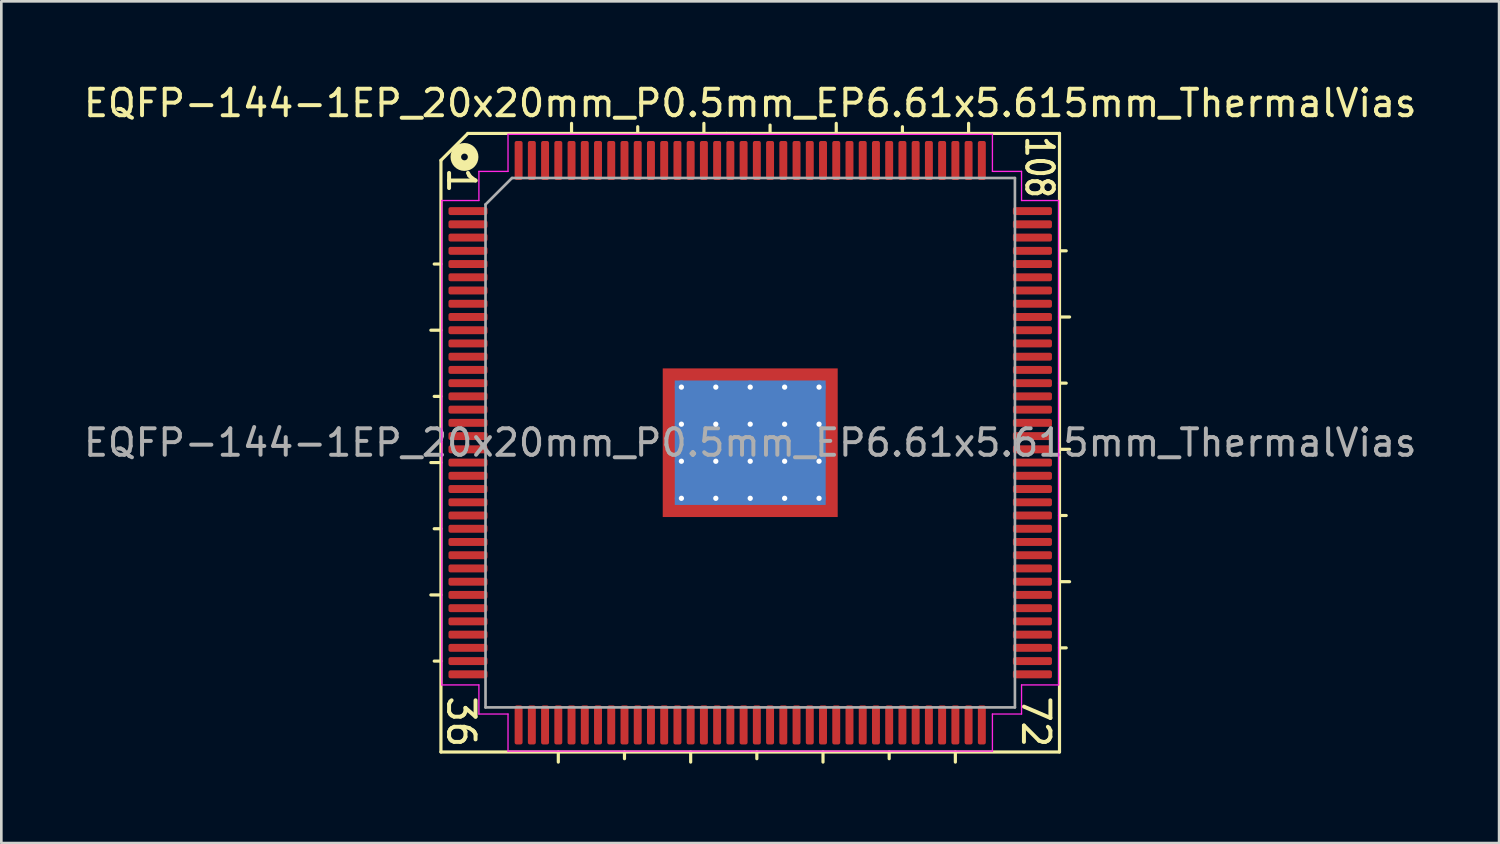
<source format=kicad_pcb>
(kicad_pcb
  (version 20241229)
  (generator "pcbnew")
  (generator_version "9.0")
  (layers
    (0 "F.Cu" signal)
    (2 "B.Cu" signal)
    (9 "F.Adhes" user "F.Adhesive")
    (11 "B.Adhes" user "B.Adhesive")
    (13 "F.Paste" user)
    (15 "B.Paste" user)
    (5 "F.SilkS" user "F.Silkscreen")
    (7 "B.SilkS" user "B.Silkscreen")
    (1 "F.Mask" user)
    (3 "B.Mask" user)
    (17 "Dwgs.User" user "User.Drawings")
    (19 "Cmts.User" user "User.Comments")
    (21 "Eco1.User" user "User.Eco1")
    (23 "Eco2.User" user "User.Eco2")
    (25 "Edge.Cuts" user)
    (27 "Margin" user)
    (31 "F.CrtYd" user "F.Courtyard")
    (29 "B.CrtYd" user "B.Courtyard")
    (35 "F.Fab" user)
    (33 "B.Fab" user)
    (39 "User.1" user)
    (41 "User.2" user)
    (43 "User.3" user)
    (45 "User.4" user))
  (footprint "EQFP-144-1EP_20x20mm_P0.5mm_EP6.61x5.615mm_ThermalVias"
    (layer "F.Cu")
    (at 25.292 13.675)
    (property "Reference" "EQFP-144-1EP_20x20mm_P0.5mm_EP6.61x5.615mm_ThermalVias" (at 0 -12.827 0) (layer "F.SilkS") (effects (font (size 1 1) (thickness 0.15))))
    (attr smd)
    (fp_line (start -11.684 -10.668) (end -11.684 11.684) (stroke (width 0.12) (type solid)) (layer "F.SilkS"))
    (fp_line (start -11.684 -6.75) (end -11.938 -6.75) (stroke (width 0.12) (type solid)) (layer "F.SilkS"))
    (fp_line (start -11.684 -4.25) (end -12.065 -4.25) (stroke (width 0.12) (type solid)) (layer "F.SilkS"))
    (fp_line (start -11.684 -1.75) (end -11.938 -1.75) (stroke (width 0.12) (type solid)) (layer "F.SilkS"))
    (fp_line (start -11.684 0.75) (end -12.065 0.75) (stroke (width 0.12) (type solid)) (layer "F.SilkS"))
    (fp_line (start -11.684 3.25) (end -11.938 3.25) (stroke (width 0.12) (type solid)) (layer "F.SilkS"))
    (fp_line (start -11.684 5.75) (end -12.065 5.75) (stroke (width 0.12) (type solid)) (layer "F.SilkS"))
    (fp_line (start -11.684 8.25) (end -11.938 8.25) (stroke (width 0.12) (type solid)) (layer "F.SilkS"))
    (fp_line (start -11.684 11.684) (end 11.684 11.684) (stroke (width 0.12) (type solid)) (layer "F.SilkS"))
    (fp_line (start -10.668 -11.684) (end -11.684 -10.668) (stroke (width 0.12) (type solid)) (layer "F.SilkS"))
    (fp_line (start -7.25 11.684) (end -7.25 12.065) (stroke (width 0.12) (type solid)) (layer "F.SilkS"))
    (fp_line (start -6.75 -11.684) (end -6.75 -12.065) (stroke (width 0.12) (type solid)) (layer "F.SilkS"))
    (fp_line (start -4.75 11.684) (end -4.75 11.938) (stroke (width 0.12) (type solid)) (layer "F.SilkS"))
    (fp_line (start -4.25 -11.684) (end -4.25 -11.938) (stroke (width 0.12) (type solid)) (layer "F.SilkS"))
    (fp_line (start -2.25 11.684) (end -2.25 12.065) (stroke (width 0.12) (type solid)) (layer "F.SilkS"))
    (fp_line (start -1.75 -11.684) (end -1.75 -12.065) (stroke (width 0.12) (type solid)) (layer "F.SilkS"))
    (fp_line (start -0.889 -11.684) (end -10.668 -11.684) (stroke (width 0.12) (type solid)) (layer "F.SilkS"))
    (fp_line (start 0.25 11.684) (end 0.25 11.938) (stroke (width 0.12) (type solid)) (layer "F.SilkS"))
    (fp_line (start 0.75 -11.75) (end 0.75 -12) (stroke (width 0.12) (type solid)) (layer "F.SilkS"))
    (fp_line (start 2.75 11.684) (end 2.75 12.065) (stroke (width 0.12) (type solid)) (layer "F.SilkS"))
    (fp_line (start 3.25 -11.684) (end 3.25 -12.065) (stroke (width 0.12) (type solid)) (layer "F.SilkS"))
    (fp_line (start 5.25 11.684) (end 5.25 11.938) (stroke (width 0.12) (type solid)) (layer "F.SilkS"))
    (fp_line (start 5.75 -11.684) (end 5.75 -11.938) (stroke (width 0.12) (type solid)) (layer "F.SilkS"))
    (fp_line (start 7.75 11.684) (end 7.75 12.065) (stroke (width 0.12) (type solid)) (layer "F.SilkS"))
    (fp_line (start 8.25 -11.684) (end 8.25 -12.065) (stroke (width 0.12) (type solid)) (layer "F.SilkS"))
    (fp_line (start 11.684 -11.684) (end -0.889 -11.684) (stroke (width 0.12) (type solid)) (layer "F.SilkS"))
    (fp_line (start 11.684 -7.25) (end 11.938 -7.25) (stroke (width 0.12) (type solid)) (layer "F.SilkS"))
    (fp_line (start 11.684 -4.75) (end 12.065 -4.75) (stroke (width 0.12) (type solid)) (layer "F.SilkS"))
    (fp_line (start 11.684 -2.25) (end 11.938 -2.25) (stroke (width 0.12) (type solid)) (layer "F.SilkS"))
    (fp_line (start 11.684 0.25) (end 12.065 0.25) (stroke (width 0.12) (type solid)) (layer "F.SilkS"))
    (fp_line (start 11.684 2.75) (end 11.938 2.75) (stroke (width 0.12) (type solid)) (layer "F.SilkS"))
    (fp_line (start 11.684 5.25) (end 12.065 5.25) (stroke (width 0.12) (type solid)) (layer "F.SilkS"))
    (fp_line (start 11.684 7.75) (end 11.938 7.75) (stroke (width 0.12) (type solid)) (layer "F.SilkS"))
    (fp_line (start 11.684 11.684) (end 11.684 -11.684) (stroke (width 0.12) (type solid)) (layer "F.SilkS"))
    (fp_circle (center -10.795 -10.795) (end -10.668 -10.795) (stroke (width 0.4) (type solid)) (fill no) (layer "F.SilkS"))
    (fp_line (start -11.65 -9.15) (end -11.65 0) (stroke (width 0.05) (type solid)) (layer "F.CrtYd"))
    (fp_line (start -11.65 9.15) (end -11.65 0) (stroke (width 0.05) (type solid)) (layer "F.CrtYd"))
    (fp_line (start -10.25 -10.25) (end -10.25 -9.15) (stroke (width 0.05) (type solid)) (layer "F.CrtYd"))
    (fp_line (start -10.25 -9.15) (end -11.65 -9.15) (stroke (width 0.05) (type solid)) (layer "F.CrtYd"))
    (fp_line (start -10.25 9.15) (end -11.65 9.15) (stroke (width 0.05) (type solid)) (layer "F.CrtYd"))
    (fp_line (start -10.25 10.25) (end -10.25 9.15) (stroke (width 0.05) (type solid)) (layer "F.CrtYd"))
    (fp_line (start -9.15 -11.65) (end -9.15 -10.25) (stroke (width 0.05) (type solid)) (layer "F.CrtYd"))
    (fp_line (start -9.15 -10.25) (end -10.25 -10.25) (stroke (width 0.05) (type solid)) (layer "F.CrtYd"))
    (fp_line (start -9.15 10.25) (end -10.25 10.25) (stroke (width 0.05) (type solid)) (layer "F.CrtYd"))
    (fp_line (start -9.15 11.65) (end -9.15 10.25) (stroke (width 0.05) (type solid)) (layer "F.CrtYd"))
    (fp_line (start 0 -11.65) (end -9.15 -11.65) (stroke (width 0.05) (type solid)) (layer "F.CrtYd"))
    (fp_line (start 0 -11.65) (end 9.15 -11.65) (stroke (width 0.05) (type solid)) (layer "F.CrtYd"))
    (fp_line (start 0 11.65) (end -9.15 11.65) (stroke (width 0.05) (type solid)) (layer "F.CrtYd"))
    (fp_line (start 0 11.65) (end 9.15 11.65) (stroke (width 0.05) (type solid)) (layer "F.CrtYd"))
    (fp_line (start 9.15 -11.65) (end 9.15 -10.25) (stroke (width 0.05) (type solid)) (layer "F.CrtYd"))
    (fp_line (start 9.15 -10.25) (end 10.25 -10.25) (stroke (width 0.05) (type solid)) (layer "F.CrtYd"))
    (fp_line (start 9.15 10.25) (end 10.25 10.25) (stroke (width 0.05) (type solid)) (layer "F.CrtYd"))
    (fp_line (start 9.15 11.65) (end 9.15 10.25) (stroke (width 0.05) (type solid)) (layer "F.CrtYd"))
    (fp_line (start 10.25 -10.25) (end 10.25 -9.15) (stroke (width 0.05) (type solid)) (layer "F.CrtYd"))
    (fp_line (start 10.25 -9.15) (end 11.65 -9.15) (stroke (width 0.05) (type solid)) (layer "F.CrtYd"))
    (fp_line (start 10.25 9.15) (end 11.65 9.15) (stroke (width 0.05) (type solid)) (layer "F.CrtYd"))
    (fp_line (start 10.25 10.25) (end 10.25 9.15) (stroke (width 0.05) (type solid)) (layer "F.CrtYd"))
    (fp_line (start 11.65 -9.15) (end 11.65 0) (stroke (width 0.05) (type solid)) (layer "F.CrtYd"))
    (fp_line (start 11.65 9.15) (end 11.65 0) (stroke (width 0.05) (type solid)) (layer "F.CrtYd"))
    (fp_line (start -10 -9) (end -9 -10) (stroke (width 0.1) (type solid)) (layer "F.Fab"))
    (fp_line (start -10 10) (end -10 -9) (stroke (width 0.1) (type solid)) (layer "F.Fab"))
    (fp_line (start -9 -10) (end 10 -10) (stroke (width 0.1) (type solid)) (layer "F.Fab"))
    (fp_line (start 10 -10) (end 10 10) (stroke (width 0.1) (type solid)) (layer "F.Fab"))
    (fp_line (start 10 10) (end -10 10) (stroke (width 0.1) (type solid)) (layer "F.Fab"))
    (fp_text user "72" (at 10.795 10.541 270) (unlocked yes) (layer "F.SilkS") (effects (font (size 1 1) (thickness 0.15))))
    (fp_text user "1" (at -10.922 -9.906 270) (unlocked yes) (layer "F.SilkS") (effects (font (size 1 1) (thickness 0.15))))
    (fp_text user "36" (at -10.922 10.541 270) (unlocked yes) (layer "F.SilkS") (effects (font (size 1 1) (thickness 0.15))))
    (fp_text user "108" (at 10.922 -10.414 270) (unlocked yes) (layer "F.SilkS") (effects (font (size 1 0.8) (thickness 0.15))))
    (fp_text user "${REFERENCE}" (at 0 0 0) (layer "F.Fab") (effects (font (size 1 1) (thickness 0.15))))
    (pad "" smd custom (at -2.953 -2.454) (size 0.465 0.465) (layers "F.Paste") (options (anchor circle)) (primitives (gr_poly (pts (xy 0.181 0.096) (xy 0.095 0.182) (xy -0.181 0.182) (xy -0.181 -0.182) (xy 0.181 -0.182)) (width 0.206) (fill yes))))
    (pad "" smd roundrect (at -2.953 -1.4) (size 0.568 1.129) (layers "F.Paste") (roundrect_rratio 0.25))
    (pad "" smd roundrect (at -2.953 0) (size 0.568 1.129) (layers "F.Paste") (roundrect_rratio 0.25))
    (pad "" smd roundrect (at -2.953 1.4) (size 0.568 1.129) (layers "F.Paste") (roundrect_rratio 0.25))
    (pad "" smd custom (at -2.953 2.454) (size 0.465 0.465) (layers "F.Paste") (options (anchor circle)) (primitives (gr_poly (pts (xy 0.181 -0.096) (xy 0.181 0.182) (xy -0.181 0.182) (xy -0.181 -0.182) (xy 0.095 -0.182)) (width 0.206) (fill yes))))
    (pad "" smd custom (at -1.95 -2.454) (size 0.508 0.508) (layers "F.Paste") (options (anchor circle)) (primitives (gr_poly (pts (xy 0.462 0.171) (xy 0.41 0.223) (xy -0.41 0.223) (xy -0.462 0.171) (xy -0.462 -0.223) (xy 0.462 -0.223)) (width 0.125) (fill yes))))
    (pad "" smd roundrect (at -1.95 -1.4) (size 1.048 1.129) (layers "F.Paste") (roundrect_rratio 0.239))
    (pad "" smd roundrect (at -1.95 0) (size 1.048 1.129) (layers "F.Paste") (roundrect_rratio 0.239))
    (pad "" smd roundrect (at -1.95 1.4) (size 1.048 1.129) (layers "F.Paste") (roundrect_rratio 0.239))
    (pad "" smd custom (at -1.95 2.454) (size 0.508 0.508) (layers "F.Paste") (options (anchor circle)) (primitives (gr_poly (pts (xy 0.462 -0.171) (xy 0.462 0.223) (xy -0.462 0.223) (xy -0.462 -0.171) (xy -0.41 -0.223) (xy 0.41 -0.223)) (width 0.125) (fill yes))))
    (pad "" smd custom (at -0.65 -2.454) (size 0.508 0.508) (layers "F.Paste") (options (anchor circle)) (primitives (gr_poly (pts (xy 0.462 0.171) (xy 0.41 0.223) (xy -0.41 0.223) (xy -0.462 0.171) (xy -0.462 -0.223) (xy 0.462 -0.223)) (width 0.125) (fill yes))))
    (pad "" smd roundrect (at -0.65 -1.4) (size 1.048 1.129) (layers "F.Paste") (roundrect_rratio 0.239))
    (pad "" smd roundrect (at -0.65 0) (size 1.048 1.129) (layers "F.Paste") (roundrect_rratio 0.239))
    (pad "" smd roundrect (at -0.65 1.4) (size 1.048 1.129) (layers "F.Paste") (roundrect_rratio 0.239))
    (pad "" smd custom (at -0.65 2.454) (size 0.508 0.508) (layers "F.Paste") (options (anchor circle)) (primitives (gr_poly (pts (xy 0.462 -0.171) (xy 0.462 0.223) (xy -0.462 0.223) (xy -0.462 -0.171) (xy -0.41 -0.223) (xy 0.41 -0.223)) (width 0.125) (fill yes))))
    (pad "" smd custom (at 0.65 -2.454) (size 0.508 0.508) (layers "F.Paste") (options (anchor circle)) (primitives (gr_poly (pts (xy 0.462 0.171) (xy 0.41 0.223) (xy -0.41 0.223) (xy -0.462 0.171) (xy -0.462 -0.223) (xy 0.462 -0.223)) (width 0.125) (fill yes))))
    (pad "" smd roundrect (at 0.65 -1.4) (size 1.048 1.129) (layers "F.Paste") (roundrect_rratio 0.239))
    (pad "" smd roundrect (at 0.65 0) (size 1.048 1.129) (layers "F.Paste") (roundrect_rratio 0.239))
    (pad "" smd roundrect (at 0.65 1.4) (size 1.048 1.129) (layers "F.Paste") (roundrect_rratio 0.239))
    (pad "" smd custom (at 0.65 2.454) (size 0.508 0.508) (layers "F.Paste") (options (anchor circle)) (primitives (gr_poly (pts (xy 0.462 -0.171) (xy 0.462 0.223) (xy -0.462 0.223) (xy -0.462 -0.171) (xy -0.41 -0.223) (xy 0.41 -0.223)) (width 0.125) (fill yes))))
    (pad "" smd custom (at 1.95 -2.454) (size 0.508 0.508) (layers "F.Paste") (options (anchor circle)) (primitives (gr_poly (pts (xy 0.462 0.171) (xy 0.41 0.223) (xy -0.41 0.223) (xy -0.462 0.171) (xy -0.462 -0.223) (xy 0.462 -0.223)) (width 0.125) (fill yes))))
    (pad "" smd roundrect (at 1.95 -1.4) (size 1.048 1.129) (layers "F.Paste") (roundrect_rratio 0.239))
    (pad "" smd roundrect (at 1.95 0) (size 1.048 1.129) (layers "F.Paste") (roundrect_rratio 0.239))
    (pad "" smd roundrect (at 1.95 1.4) (size 1.048 1.129) (layers "F.Paste") (roundrect_rratio 0.239))
    (pad "" smd custom (at 1.95 2.454) (size 0.508 0.508) (layers "F.Paste") (options (anchor circle)) (primitives (gr_poly (pts (xy 0.462 -0.171) (xy 0.462 0.223) (xy -0.462 0.223) (xy -0.462 -0.171) (xy -0.41 -0.223) (xy 0.41 -0.223)) (width 0.125) (fill yes))))
    (pad "" smd custom (at 2.953 -2.454) (size 0.465 0.465) (layers "F.Paste") (options (anchor circle)) (primitives (gr_poly (pts (xy 0.181 0.182) (xy -0.095 0.182) (xy -0.181 0.096) (xy -0.181 -0.182) (xy 0.181 -0.182)) (width 0.206) (fill yes))))
    (pad "" smd roundrect (at 2.953 -1.4) (size 0.568 1.129) (layers "F.Paste") (roundrect_rratio 0.25))
    (pad "" smd roundrect (at 2.953 0) (size 0.568 1.129) (layers "F.Paste") (roundrect_rratio 0.25))
    (pad "" smd roundrect (at 2.953 1.4) (size 0.568 1.129) (layers "F.Paste") (roundrect_rratio 0.25))
    (pad "" smd custom (at 2.953 2.454) (size 0.465 0.465) (layers "F.Paste") (options (anchor circle)) (primitives (gr_poly (pts (xy 0.181 0.182) (xy -0.181 0.182) (xy -0.181 -0.096) (xy -0.095 -0.182) (xy 0.181 -0.182)) (width 0.206) (fill yes))))
    (pad "1" smd roundrect (at -10.662 -8.75) (size 1.475 0.3) (layers "F.Cu" "F.Mask" "F.Paste") (roundrect_rratio 0.25))
    (pad "2" smd roundrect (at -10.662 -8.25) (size 1.475 0.3) (layers "F.Cu" "F.Mask" "F.Paste") (roundrect_rratio 0.25))
    (pad "3" smd roundrect (at -10.662 -7.75) (size 1.475 0.3) (layers "F.Cu" "F.Mask" "F.Paste") (roundrect_rratio 0.25))
    (pad "4" smd roundrect (at -10.662 -7.25) (size 1.475 0.3) (layers "F.Cu" "F.Mask" "F.Paste") (roundrect_rratio 0.25))
    (pad "5" smd roundrect (at -10.662 -6.75) (size 1.475 0.3) (layers "F.Cu" "F.Mask" "F.Paste") (roundrect_rratio 0.25))
    (pad "6" smd roundrect (at -10.662 -6.25) (size 1.475 0.3) (layers "F.Cu" "F.Mask" "F.Paste") (roundrect_rratio 0.25))
    (pad "7" smd roundrect (at -10.662 -5.75) (size 1.475 0.3) (layers "F.Cu" "F.Mask" "F.Paste") (roundrect_rratio 0.25))
    (pad "8" smd roundrect (at -10.662 -5.25) (size 1.475 0.3) (layers "F.Cu" "F.Mask" "F.Paste") (roundrect_rratio 0.25))
    (pad "9" smd roundrect (at -10.662 -4.75) (size 1.475 0.3) (layers "F.Cu" "F.Mask" "F.Paste") (roundrect_rratio 0.25))
    (pad "10" smd roundrect (at -10.662 -4.25) (size 1.475 0.3) (layers "F.Cu" "F.Mask" "F.Paste") (roundrect_rratio 0.25))
    (pad "11" smd roundrect (at -10.662 -3.75) (size 1.475 0.3) (layers "F.Cu" "F.Mask" "F.Paste") (roundrect_rratio 0.25))
    (pad "12" smd roundrect (at -10.662 -3.25) (size 1.475 0.3) (layers "F.Cu" "F.Mask" "F.Paste") (roundrect_rratio 0.25))
    (pad "13" smd roundrect (at -10.662 -2.75) (size 1.475 0.3) (layers "F.Cu" "F.Mask" "F.Paste") (roundrect_rratio 0.25))
    (pad "14" smd roundrect (at -10.662 -2.25) (size 1.475 0.3) (layers "F.Cu" "F.Mask" "F.Paste") (roundrect_rratio 0.25))
    (pad "15" smd roundrect (at -10.662 -1.75) (size 1.475 0.3) (layers "F.Cu" "F.Mask" "F.Paste") (roundrect_rratio 0.25))
    (pad "16" smd roundrect (at -10.662 -1.25) (size 1.475 0.3) (layers "F.Cu" "F.Mask" "F.Paste") (roundrect_rratio 0.25))
    (pad "17" smd roundrect (at -10.662 -0.75) (size 1.475 0.3) (layers "F.Cu" "F.Mask" "F.Paste") (roundrect_rratio 0.25))
    (pad "18" smd roundrect (at -10.662 -0.25) (size 1.475 0.3) (layers "F.Cu" "F.Mask" "F.Paste") (roundrect_rratio 0.25))
    (pad "19" smd roundrect (at -10.662 0.25) (size 1.475 0.3) (layers "F.Cu" "F.Mask" "F.Paste") (roundrect_rratio 0.25))
    (pad "20" smd roundrect (at -10.662 0.75) (size 1.475 0.3) (layers "F.Cu" "F.Mask" "F.Paste") (roundrect_rratio 0.25))
    (pad "21" smd roundrect (at -10.662 1.25) (size 1.475 0.3) (layers "F.Cu" "F.Mask" "F.Paste") (roundrect_rratio 0.25))
    (pad "22" smd roundrect (at -10.662 1.75) (size 1.475 0.3) (layers "F.Cu" "F.Mask" "F.Paste") (roundrect_rratio 0.25))
    (pad "23" smd roundrect (at -10.662 2.25) (size 1.475 0.3) (layers "F.Cu" "F.Mask" "F.Paste") (roundrect_rratio 0.25))
    (pad "24" smd roundrect (at -10.662 2.75) (size 1.475 0.3) (layers "F.Cu" "F.Mask" "F.Paste") (roundrect_rratio 0.25))
    (pad "25" smd roundrect (at -10.662 3.25) (size 1.475 0.3) (layers "F.Cu" "F.Mask" "F.Paste") (roundrect_rratio 0.25))
    (pad "26" smd roundrect (at -10.662 3.75) (size 1.475 0.3) (layers "F.Cu" "F.Mask" "F.Paste") (roundrect_rratio 0.25))
    (pad "27" smd roundrect (at -10.662 4.25) (size 1.475 0.3) (layers "F.Cu" "F.Mask" "F.Paste") (roundrect_rratio 0.25))
    (pad "28" smd roundrect (at -10.662 4.75) (size 1.475 0.3) (layers "F.Cu" "F.Mask" "F.Paste") (roundrect_rratio 0.25))
    (pad "29" smd roundrect (at -10.662 5.25) (size 1.475 0.3) (layers "F.Cu" "F.Mask" "F.Paste") (roundrect_rratio 0.25))
    (pad "30" smd roundrect (at -10.662 5.75) (size 1.475 0.3) (layers "F.Cu" "F.Mask" "F.Paste") (roundrect_rratio 0.25))
    (pad "31" smd roundrect (at -10.662 6.25) (size 1.475 0.3) (layers "F.Cu" "F.Mask" "F.Paste") (roundrect_rratio 0.25))
    (pad "32" smd roundrect (at -10.662 6.75) (size 1.475 0.3) (layers "F.Cu" "F.Mask" "F.Paste") (roundrect_rratio 0.25))
    (pad "33" smd roundrect (at -10.662 7.25) (size 1.475 0.3) (layers "F.Cu" "F.Mask" "F.Paste") (roundrect_rratio 0.25))
    (pad "34" smd roundrect (at -10.662 7.75) (size 1.475 0.3) (layers "F.Cu" "F.Mask" "F.Paste") (roundrect_rratio 0.25))
    (pad "35" smd roundrect (at -10.662 8.25) (size 1.475 0.3) (layers "F.Cu" "F.Mask" "F.Paste") (roundrect_rratio 0.25))
    (pad "36" smd roundrect (at -10.662 8.75) (size 1.475 0.3) (layers "F.Cu" "F.Mask" "F.Paste") (roundrect_rratio 0.25))
    (pad "37" smd roundrect (at -8.75 10.662) (size 0.3 1.475) (layers "F.Cu" "F.Mask" "F.Paste") (roundrect_rratio 0.25))
    (pad "38" smd roundrect (at -8.25 10.662) (size 0.3 1.475) (layers "F.Cu" "F.Mask" "F.Paste") (roundrect_rratio 0.25))
    (pad "39" smd roundrect (at -7.75 10.662) (size 0.3 1.475) (layers "F.Cu" "F.Mask" "F.Paste") (roundrect_rratio 0.25))
    (pad "40" smd roundrect (at -7.25 10.662) (size 0.3 1.475) (layers "F.Cu" "F.Mask" "F.Paste") (roundrect_rratio 0.25))
    (pad "41" smd roundrect (at -6.75 10.662) (size 0.3 1.475) (layers "F.Cu" "F.Mask" "F.Paste") (roundrect_rratio 0.25))
    (pad "42" smd roundrect (at -6.25 10.662) (size 0.3 1.475) (layers "F.Cu" "F.Mask" "F.Paste") (roundrect_rratio 0.25))
    (pad "43" smd roundrect (at -5.75 10.662) (size 0.3 1.475) (layers "F.Cu" "F.Mask" "F.Paste") (roundrect_rratio 0.25))
    (pad "44" smd roundrect (at -5.25 10.662) (size 0.3 1.475) (layers "F.Cu" "F.Mask" "F.Paste") (roundrect_rratio 0.25))
    (pad "45" smd roundrect (at -4.75 10.662) (size 0.3 1.475) (layers "F.Cu" "F.Mask" "F.Paste") (roundrect_rratio 0.25))
    (pad "46" smd roundrect (at -4.25 10.662) (size 0.3 1.475) (layers "F.Cu" "F.Mask" "F.Paste") (roundrect_rratio 0.25))
    (pad "47" smd roundrect (at -3.75 10.662) (size 0.3 1.475) (layers "F.Cu" "F.Mask" "F.Paste") (roundrect_rratio 0.25))
    (pad "48" smd roundrect (at -3.25 10.662) (size 0.3 1.475) (layers "F.Cu" "F.Mask" "F.Paste") (roundrect_rratio 0.25))
    (pad "49" smd roundrect (at -2.75 10.662) (size 0.3 1.475) (layers "F.Cu" "F.Mask" "F.Paste") (roundrect_rratio 0.25))
    (pad "50" smd roundrect (at -2.25 10.662) (size 0.3 1.475) (layers "F.Cu" "F.Mask" "F.Paste") (roundrect_rratio 0.25))
    (pad "51" smd roundrect (at -1.75 10.662) (size 0.3 1.475) (layers "F.Cu" "F.Mask" "F.Paste") (roundrect_rratio 0.25))
    (pad "52" smd roundrect (at -1.25 10.662) (size 0.3 1.475) (layers "F.Cu" "F.Mask" "F.Paste") (roundrect_rratio 0.25))
    (pad "53" smd roundrect (at -0.75 10.662) (size 0.3 1.475) (layers "F.Cu" "F.Mask" "F.Paste") (roundrect_rratio 0.25))
    (pad "54" smd roundrect (at -0.25 10.662) (size 0.3 1.475) (layers "F.Cu" "F.Mask" "F.Paste") (roundrect_rratio 0.25))
    (pad "55" smd roundrect (at 0.25 10.662) (size 0.3 1.475) (layers "F.Cu" "F.Mask" "F.Paste") (roundrect_rratio 0.25))
    (pad "56" smd roundrect (at 0.75 10.662) (size 0.3 1.475) (layers "F.Cu" "F.Mask" "F.Paste") (roundrect_rratio 0.25))
    (pad "57" smd roundrect (at 1.25 10.662) (size 0.3 1.475) (layers "F.Cu" "F.Mask" "F.Paste") (roundrect_rratio 0.25))
    (pad "58" smd roundrect (at 1.75 10.662) (size 0.3 1.475) (layers "F.Cu" "F.Mask" "F.Paste") (roundrect_rratio 0.25))
    (pad "59" smd roundrect (at 2.25 10.662) (size 0.3 1.475) (layers "F.Cu" "F.Mask" "F.Paste") (roundrect_rratio 0.25))
    (pad "60" smd roundrect (at 2.75 10.662) (size 0.3 1.475) (layers "F.Cu" "F.Mask" "F.Paste") (roundrect_rratio 0.25))
    (pad "61" smd roundrect (at 3.25 10.662) (size 0.3 1.475) (layers "F.Cu" "F.Mask" "F.Paste") (roundrect_rratio 0.25))
    (pad "62" smd roundrect (at 3.75 10.662) (size 0.3 1.475) (layers "F.Cu" "F.Mask" "F.Paste") (roundrect_rratio 0.25))
    (pad "63" smd roundrect (at 4.25 10.662) (size 0.3 1.475) (layers "F.Cu" "F.Mask" "F.Paste") (roundrect_rratio 0.25))
    (pad "64" smd roundrect (at 4.75 10.662) (size 0.3 1.475) (layers "F.Cu" "F.Mask" "F.Paste") (roundrect_rratio 0.25))
    (pad "65" smd roundrect (at 5.25 10.662) (size 0.3 1.475) (layers "F.Cu" "F.Mask" "F.Paste") (roundrect_rratio 0.25))
    (pad "66" smd roundrect (at 5.75 10.662) (size 0.3 1.475) (layers "F.Cu" "F.Mask" "F.Paste") (roundrect_rratio 0.25))
    (pad "67" smd roundrect (at 6.25 10.662) (size 0.3 1.475) (layers "F.Cu" "F.Mask" "F.Paste") (roundrect_rratio 0.25))
    (pad "68" smd roundrect (at 6.75 10.662) (size 0.3 1.475) (layers "F.Cu" "F.Mask" "F.Paste") (roundrect_rratio 0.25))
    (pad "69" smd roundrect (at 7.25 10.662) (size 0.3 1.475) (layers "F.Cu" "F.Mask" "F.Paste") (roundrect_rratio 0.25))
    (pad "70" smd roundrect (at 7.75 10.662) (size 0.3 1.475) (layers "F.Cu" "F.Mask" "F.Paste") (roundrect_rratio 0.25))
    (pad "71" smd roundrect (at 8.25 10.662) (size 0.3 1.475) (layers "F.Cu" "F.Mask" "F.Paste") (roundrect_rratio 0.25))
    (pad "72" smd roundrect (at 8.75 10.662) (size 0.3 1.475) (layers "F.Cu" "F.Mask" "F.Paste") (roundrect_rratio 0.25))
    (pad "73" smd roundrect (at 10.662 8.75) (size 1.475 0.3) (layers "F.Cu" "F.Mask" "F.Paste") (roundrect_rratio 0.25))
    (pad "74" smd roundrect (at 10.662 8.25) (size 1.475 0.3) (layers "F.Cu" "F.Mask" "F.Paste") (roundrect_rratio 0.25))
    (pad "75" smd roundrect (at 10.662 7.75) (size 1.475 0.3) (layers "F.Cu" "F.Mask" "F.Paste") (roundrect_rratio 0.25))
    (pad "76" smd roundrect (at 10.662 7.25) (size 1.475 0.3) (layers "F.Cu" "F.Mask" "F.Paste") (roundrect_rratio 0.25))
    (pad "77" smd roundrect (at 10.662 6.75) (size 1.475 0.3) (layers "F.Cu" "F.Mask" "F.Paste") (roundrect_rratio 0.25))
    (pad "78" smd roundrect (at 10.662 6.25) (size 1.475 0.3) (layers "F.Cu" "F.Mask" "F.Paste") (roundrect_rratio 0.25))
    (pad "79" smd roundrect (at 10.662 5.75) (size 1.475 0.3) (layers "F.Cu" "F.Mask" "F.Paste") (roundrect_rratio 0.25))
    (pad "80" smd roundrect (at 10.662 5.25) (size 1.475 0.3) (layers "F.Cu" "F.Mask" "F.Paste") (roundrect_rratio 0.25))
    (pad "81" smd roundrect (at 10.662 4.75) (size 1.475 0.3) (layers "F.Cu" "F.Mask" "F.Paste") (roundrect_rratio 0.25))
    (pad "82" smd roundrect (at 10.662 4.25) (size 1.475 0.3) (layers "F.Cu" "F.Mask" "F.Paste") (roundrect_rratio 0.25))
    (pad "83" smd roundrect (at 10.662 3.75) (size 1.475 0.3) (layers "F.Cu" "F.Mask" "F.Paste") (roundrect_rratio 0.25))
    (pad "84" smd roundrect (at 10.662 3.25) (size 1.475 0.3) (layers "F.Cu" "F.Mask" "F.Paste") (roundrect_rratio 0.25))
    (pad "85" smd roundrect (at 10.662 2.75) (size 1.475 0.3) (layers "F.Cu" "F.Mask" "F.Paste") (roundrect_rratio 0.25))
    (pad "86" smd roundrect (at 10.662 2.25) (size 1.475 0.3) (layers "F.Cu" "F.Mask" "F.Paste") (roundrect_rratio 0.25))
    (pad "87" smd roundrect (at 10.662 1.75) (size 1.475 0.3) (layers "F.Cu" "F.Mask" "F.Paste") (roundrect_rratio 0.25))
    (pad "88" smd roundrect (at 10.662 1.25) (size 1.475 0.3) (layers "F.Cu" "F.Mask" "F.Paste") (roundrect_rratio 0.25))
    (pad "89" smd roundrect (at 10.662 0.75) (size 1.475 0.3) (layers "F.Cu" "F.Mask" "F.Paste") (roundrect_rratio 0.25))
    (pad "90" smd roundrect (at 10.662 0.25) (size 1.475 0.3) (layers "F.Cu" "F.Mask" "F.Paste") (roundrect_rratio 0.25))
    (pad "91" smd roundrect (at 10.662 -0.25) (size 1.475 0.3) (layers "F.Cu" "F.Mask" "F.Paste") (roundrect_rratio 0.25))
    (pad "92" smd roundrect (at 10.662 -0.75) (size 1.475 0.3) (layers "F.Cu" "F.Mask" "F.Paste") (roundrect_rratio 0.25))
    (pad "93" smd roundrect (at 10.662 -1.25) (size 1.475 0.3) (layers "F.Cu" "F.Mask" "F.Paste") (roundrect_rratio 0.25))
    (pad "94" smd roundrect (at 10.662 -1.75) (size 1.475 0.3) (layers "F.Cu" "F.Mask" "F.Paste") (roundrect_rratio 0.25))
    (pad "95" smd roundrect (at 10.662 -2.25) (size 1.475 0.3) (layers "F.Cu" "F.Mask" "F.Paste") (roundrect_rratio 0.25))
    (pad "96" smd roundrect (at 10.662 -2.75) (size 1.475 0.3) (layers "F.Cu" "F.Mask" "F.Paste") (roundrect_rratio 0.25))
    (pad "97" smd roundrect (at 10.662 -3.25) (size 1.475 0.3) (layers "F.Cu" "F.Mask" "F.Paste") (roundrect_rratio 0.25))
    (pad "98" smd roundrect (at 10.662 -3.75) (size 1.475 0.3) (layers "F.Cu" "F.Mask" "F.Paste") (roundrect_rratio 0.25))
    (pad "99" smd roundrect (at 10.662 -4.25) (size 1.475 0.3) (layers "F.Cu" "F.Mask" "F.Paste") (roundrect_rratio 0.25))
    (pad "100" smd roundrect (at 10.662 -4.75) (size 1.475 0.3) (layers "F.Cu" "F.Mask" "F.Paste") (roundrect_rratio 0.25))
    (pad "101" smd roundrect (at 10.662 -5.25) (size 1.475 0.3) (layers "F.Cu" "F.Mask" "F.Paste") (roundrect_rratio 0.25))
    (pad "102" smd roundrect (at 10.662 -5.75) (size 1.475 0.3) (layers "F.Cu" "F.Mask" "F.Paste") (roundrect_rratio 0.25))
    (pad "103" smd roundrect (at 10.662 -6.25) (size 1.475 0.3) (layers "F.Cu" "F.Mask" "F.Paste") (roundrect_rratio 0.25))
    (pad "104" smd roundrect (at 10.662 -6.75) (size 1.475 0.3) (layers "F.Cu" "F.Mask" "F.Paste") (roundrect_rratio 0.25))
    (pad "105" smd roundrect (at 10.662 -7.25) (size 1.475 0.3) (layers "F.Cu" "F.Mask" "F.Paste") (roundrect_rratio 0.25))
    (pad "106" smd roundrect (at 10.662 -7.75) (size 1.475 0.3) (layers "F.Cu" "F.Mask" "F.Paste") (roundrect_rratio 0.25))
    (pad "107" smd roundrect (at 10.662 -8.25) (size 1.475 0.3) (layers "F.Cu" "F.Mask" "F.Paste") (roundrect_rratio 0.25))
    (pad "108" smd roundrect (at 10.662 -8.75) (size 1.475 0.3) (layers "F.Cu" "F.Mask" "F.Paste") (roundrect_rratio 0.25))
    (pad "109" smd roundrect (at 8.75 -10.662) (size 0.3 1.475) (layers "F.Cu" "F.Mask" "F.Paste") (roundrect_rratio 0.25))
    (pad "110" smd roundrect (at 8.25 -10.662) (size 0.3 1.475) (layers "F.Cu" "F.Mask" "F.Paste") (roundrect_rratio 0.25))
    (pad "111" smd roundrect (at 7.75 -10.662) (size 0.3 1.475) (layers "F.Cu" "F.Mask" "F.Paste") (roundrect_rratio 0.25))
    (pad "112" smd roundrect (at 7.25 -10.662) (size 0.3 1.475) (layers "F.Cu" "F.Mask" "F.Paste") (roundrect_rratio 0.25))
    (pad "113" smd roundrect (at 6.75 -10.662) (size 0.3 1.475) (layers "F.Cu" "F.Mask" "F.Paste") (roundrect_rratio 0.25))
    (pad "114" smd roundrect (at 6.25 -10.662) (size 0.3 1.475) (layers "F.Cu" "F.Mask" "F.Paste") (roundrect_rratio 0.25))
    (pad "115" smd roundrect (at 5.75 -10.662) (size 0.3 1.475) (layers "F.Cu" "F.Mask" "F.Paste") (roundrect_rratio 0.25))
    (pad "116" smd roundrect (at 5.25 -10.662) (size 0.3 1.475) (layers "F.Cu" "F.Mask" "F.Paste") (roundrect_rratio 0.25))
    (pad "117" smd roundrect (at 4.75 -10.662) (size 0.3 1.475) (layers "F.Cu" "F.Mask" "F.Paste") (roundrect_rratio 0.25))
    (pad "118" smd roundrect (at 4.25 -10.662) (size 0.3 1.475) (layers "F.Cu" "F.Mask" "F.Paste") (roundrect_rratio 0.25))
    (pad "119" smd roundrect (at 3.75 -10.662) (size 0.3 1.475) (layers "F.Cu" "F.Mask" "F.Paste") (roundrect_rratio 0.25))
    (pad "120" smd roundrect (at 3.25 -10.662) (size 0.3 1.475) (layers "F.Cu" "F.Mask" "F.Paste") (roundrect_rratio 0.25))
    (pad "121" smd roundrect (at 2.75 -10.662) (size 0.3 1.475) (layers "F.Cu" "F.Mask" "F.Paste") (roundrect_rratio 0.25))
    (pad "122" smd roundrect (at 2.25 -10.662) (size 0.3 1.475) (layers "F.Cu" "F.Mask" "F.Paste") (roundrect_rratio 0.25))
    (pad "123" smd roundrect (at 1.75 -10.662) (size 0.3 1.475) (layers "F.Cu" "F.Mask" "F.Paste") (roundrect_rratio 0.25))
    (pad "124" smd roundrect (at 1.25 -10.662) (size 0.3 1.475) (layers "F.Cu" "F.Mask" "F.Paste") (roundrect_rratio 0.25))
    (pad "125" smd roundrect (at 0.75 -10.662) (size 0.3 1.475) (layers "F.Cu" "F.Mask" "F.Paste") (roundrect_rratio 0.25))
    (pad "126" smd roundrect (at 0.25 -10.662) (size 0.3 1.475) (layers "F.Cu" "F.Mask" "F.Paste") (roundrect_rratio 0.25))
    (pad "127" smd roundrect (at -0.25 -10.662) (size 0.3 1.475) (layers "F.Cu" "F.Mask" "F.Paste") (roundrect_rratio 0.25))
    (pad "128" smd roundrect (at -0.75 -10.662) (size 0.3 1.475) (layers "F.Cu" "F.Mask" "F.Paste") (roundrect_rratio 0.25))
    (pad "129" smd roundrect (at -1.25 -10.662) (size 0.3 1.475) (layers "F.Cu" "F.Mask" "F.Paste") (roundrect_rratio 0.25))
    (pad "130" smd roundrect (at -1.75 -10.662) (size 0.3 1.475) (layers "F.Cu" "F.Mask" "F.Paste") (roundrect_rratio 0.25))
    (pad "131" smd roundrect (at -2.25 -10.662) (size 0.3 1.475) (layers "F.Cu" "F.Mask" "F.Paste") (roundrect_rratio 0.25))
    (pad "132" smd roundrect (at -2.75 -10.662) (size 0.3 1.475) (layers "F.Cu" "F.Mask" "F.Paste") (roundrect_rratio 0.25))
    (pad "133" smd roundrect (at -3.25 -10.662) (size 0.3 1.475) (layers "F.Cu" "F.Mask" "F.Paste") (roundrect_rratio 0.25))
    (pad "134" smd roundrect (at -3.75 -10.662) (size 0.3 1.475) (layers "F.Cu" "F.Mask" "F.Paste") (roundrect_rratio 0.25))
    (pad "135" smd roundrect (at -4.25 -10.662) (size 0.3 1.475) (layers "F.Cu" "F.Mask" "F.Paste") (roundrect_rratio 0.25))
    (pad "136" smd roundrect (at -4.75 -10.662) (size 0.3 1.475) (layers "F.Cu" "F.Mask" "F.Paste") (roundrect_rratio 0.25))
    (pad "137" smd roundrect (at -5.25 -10.662) (size 0.3 1.475) (layers "F.Cu" "F.Mask" "F.Paste") (roundrect_rratio 0.25))
    (pad "138" smd roundrect (at -5.75 -10.662) (size 0.3 1.475) (layers "F.Cu" "F.Mask" "F.Paste") (roundrect_rratio 0.25))
    (pad "139" smd roundrect (at -6.25 -10.662) (size 0.3 1.475) (layers "F.Cu" "F.Mask" "F.Paste") (roundrect_rratio 0.25))
    (pad "140" smd roundrect (at -6.75 -10.662) (size 0.3 1.475) (layers "F.Cu" "F.Mask" "F.Paste") (roundrect_rratio 0.25))
    (pad "141" smd roundrect (at -7.25 -10.662) (size 0.3 1.475) (layers "F.Cu" "F.Mask" "F.Paste") (roundrect_rratio 0.25))
    (pad "142" smd roundrect (at -7.75 -10.662) (size 0.3 1.475) (layers "F.Cu" "F.Mask" "F.Paste") (roundrect_rratio 0.25))
    (pad "143" smd roundrect (at -8.25 -10.662) (size 0.3 1.475) (layers "F.Cu" "F.Mask" "F.Paste") (roundrect_rratio 0.25))
    (pad "144" smd roundrect (at -8.75 -10.662) (size 0.3 1.475) (layers "F.Cu" "F.Mask" "F.Paste") (roundrect_rratio 0.25))
    (pad "145" thru_hole circle (at -2.6 -2.1) (size 0.5 0.5) (drill 0.2) (layers "*.Cu"))
    (pad "145" thru_hole circle (at -2.6 -0.7) (size 0.5 0.5) (drill 0.2) (layers "*.Cu"))
    (pad "145" thru_hole circle (at -2.6 0.7) (size 0.5 0.5) (drill 0.2) (layers "*.Cu"))
    (pad "145" thru_hole circle (at -2.6 2.1) (size 0.5 0.5) (drill 0.2) (layers "*.Cu"))
    (pad "145" thru_hole circle (at -1.3 -2.1) (size 0.5 0.5) (drill 0.2) (layers "*.Cu"))
    (pad "145" thru_hole circle (at -1.3 -0.7) (size 0.5 0.5) (drill 0.2) (layers "*.Cu"))
    (pad "145" thru_hole circle (at -1.3 0.7) (size 0.5 0.5) (drill 0.2) (layers "*.Cu"))
    (pad "145" thru_hole circle (at -1.3 2.1) (size 0.5 0.5) (drill 0.2) (layers "*.Cu"))
    (pad "145" thru_hole circle (at 0 -2.1) (size 0.5 0.5) (drill 0.2) (layers "*.Cu"))
    (pad "145" thru_hole circle (at 0 -0.7) (size 0.5 0.5) (drill 0.2) (layers "*.Cu"))
    (pad "145" smd rect (at 0 0) (size 5.7 4.7) (layers "B.Cu" "B.Mask"))
    (pad "145" smd rect (at 0 0) (size 6.61 5.615) (layers "F.Cu" "F.Mask"))
    (pad "145" thru_hole circle (at 0 0.7) (size 0.5 0.5) (drill 0.2) (layers "*.Cu"))
    (pad "145" thru_hole circle (at 0 2.1) (size 0.5 0.5) (drill 0.2) (layers "*.Cu"))
    (pad "145" thru_hole circle (at 1.3 -2.1) (size 0.5 0.5) (drill 0.2) (layers "*.Cu"))
    (pad "145" thru_hole circle (at 1.3 -0.7) (size 0.5 0.5) (drill 0.2) (layers "*.Cu"))
    (pad "145" thru_hole circle (at 1.3 0.7) (size 0.5 0.5) (drill 0.2) (layers "*.Cu"))
    (pad "145" thru_hole circle (at 1.3 2.1) (size 0.5 0.5) (drill 0.2) (layers "*.Cu"))
    (pad "145" thru_hole circle (at 2.6 -2.1) (size 0.5 0.5) (drill 0.2) (layers "*.Cu"))
    (pad "145" thru_hole circle (at 2.6 -0.7) (size 0.5 0.5) (drill 0.2) (layers "*.Cu"))
    (pad "145" thru_hole circle (at 2.6 0.7) (size 0.5 0.5) (drill 0.2) (layers "*.Cu"))
    (pad "145" thru_hole circle (at 2.6 2.1) (size 0.5 0.5) (drill 0.2) (layers "*.Cu")))
  (gr_rect
    (start -3 -3)
    (end 53.583 28.8)
    (stroke (width 0.1) (type default))
    (fill no)
    (layer "Edge.Cuts")))
</source>
